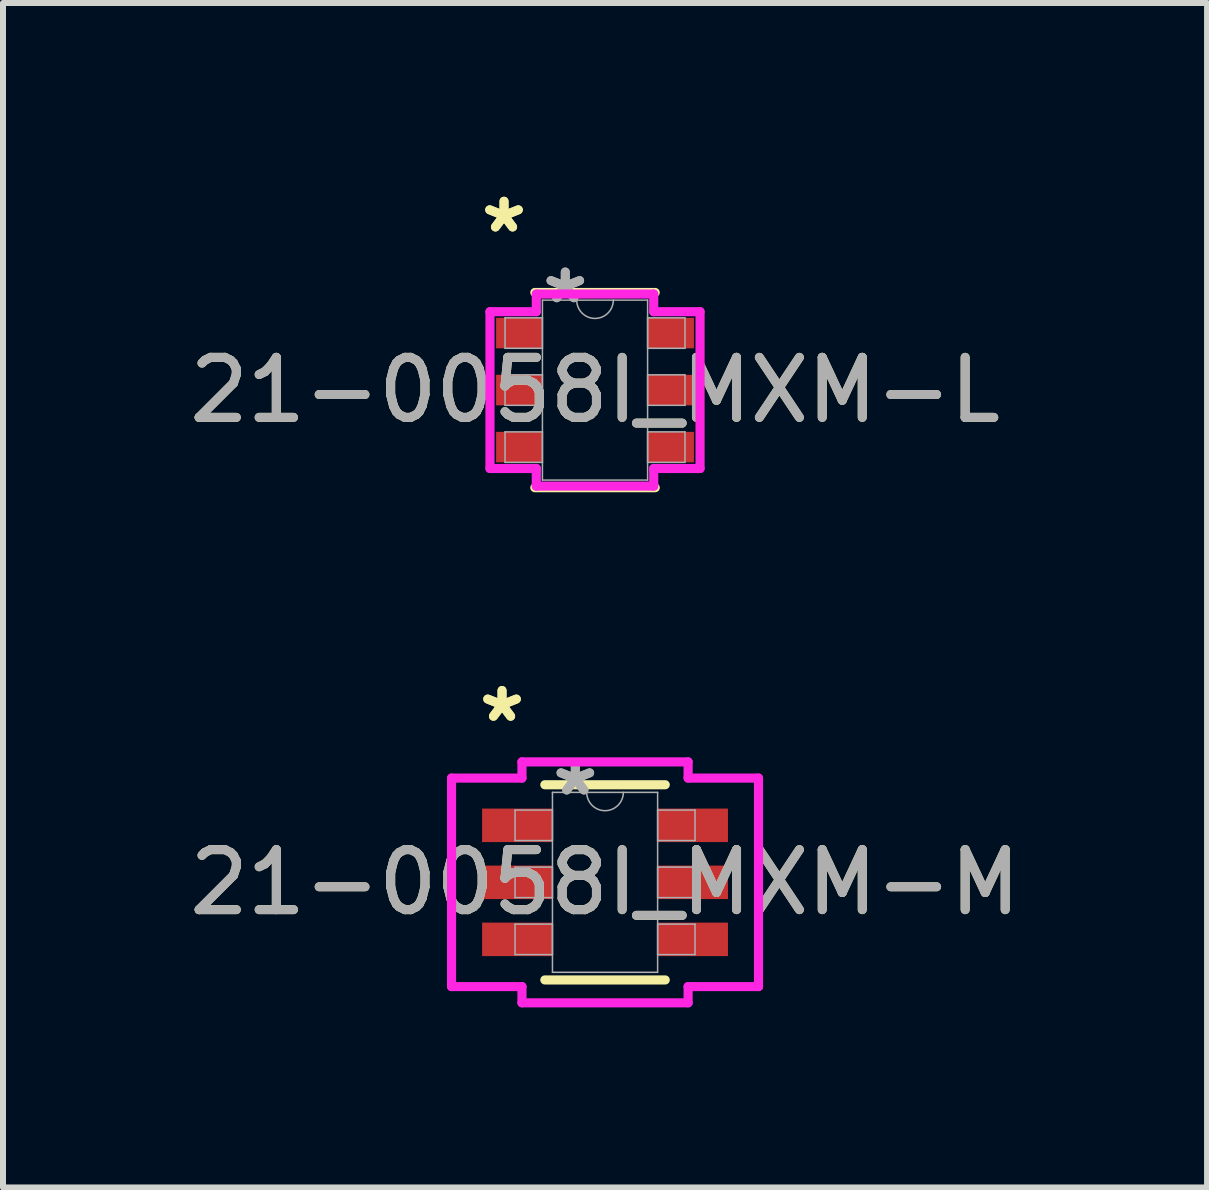
<source format=kicad_pcb>
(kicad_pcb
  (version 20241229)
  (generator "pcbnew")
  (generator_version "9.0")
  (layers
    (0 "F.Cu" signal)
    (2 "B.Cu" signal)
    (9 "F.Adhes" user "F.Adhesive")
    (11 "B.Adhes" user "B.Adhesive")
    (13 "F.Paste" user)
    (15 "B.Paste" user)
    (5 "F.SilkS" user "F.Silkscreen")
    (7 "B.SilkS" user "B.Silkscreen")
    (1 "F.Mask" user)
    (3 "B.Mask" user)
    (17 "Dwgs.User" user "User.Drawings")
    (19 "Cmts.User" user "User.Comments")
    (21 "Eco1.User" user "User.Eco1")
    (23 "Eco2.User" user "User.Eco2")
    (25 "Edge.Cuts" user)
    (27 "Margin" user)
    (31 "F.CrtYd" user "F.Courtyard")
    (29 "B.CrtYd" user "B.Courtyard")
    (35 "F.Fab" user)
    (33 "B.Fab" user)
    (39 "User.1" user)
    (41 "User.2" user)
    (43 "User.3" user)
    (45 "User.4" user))
  (footprint "21-0058I_MXM-L"
    (layer "F.Cu")
    (at 6.863 3.449)
    (property "Reference" "21-0058I_MXM-L" (at 0 0 0) (unlocked yes) (layer "F.SilkS") (effects (font (size 1 1) (thickness 0.15))))
    (attr smd)
    (fp_line (start -1.003 1.626) (end 1.003 1.626) (stroke (width 0.152) (type solid)) (layer "F.SilkS"))
    (fp_line (start 1.003 -1.626) (end -1.003 -1.626) (stroke (width 0.152) (type solid)) (layer "F.SilkS"))
    (fp_line (start -1.75 -1.306) (end -0.978 -1.306) (stroke (width 0.152) (type solid)) (layer "F.CrtYd"))
    (fp_line (start -1.75 1.306) (end -1.75 -1.306) (stroke (width 0.152) (type solid)) (layer "F.CrtYd"))
    (fp_line (start -1.75 1.306) (end -0.978 1.306) (stroke (width 0.152) (type solid)) (layer "F.CrtYd"))
    (fp_line (start -0.978 -1.6) (end 0.978 -1.6) (stroke (width 0.152) (type solid)) (layer "F.CrtYd"))
    (fp_line (start -0.978 -1.306) (end -0.978 -1.6) (stroke (width 0.152) (type solid)) (layer "F.CrtYd"))
    (fp_line (start -0.978 1.6) (end -0.978 1.306) (stroke (width 0.152) (type solid)) (layer "F.CrtYd"))
    (fp_line (start 0.978 -1.6) (end 0.978 -1.306) (stroke (width 0.152) (type solid)) (layer "F.CrtYd"))
    (fp_line (start 0.978 1.306) (end 0.978 1.6) (stroke (width 0.152) (type solid)) (layer "F.CrtYd"))
    (fp_line (start 0.978 1.6) (end -0.978 1.6) (stroke (width 0.152) (type solid)) (layer "F.CrtYd"))
    (fp_line (start 1.75 -1.306) (end 0.978 -1.306) (stroke (width 0.152) (type solid)) (layer "F.CrtYd"))
    (fp_line (start 1.75 -1.306) (end 1.75 1.306) (stroke (width 0.152) (type solid)) (layer "F.CrtYd"))
    (fp_line (start 1.75 1.306) (end 0.978 1.306) (stroke (width 0.152) (type solid)) (layer "F.CrtYd"))
    (fp_line (start -1.499 -1.204) (end -1.499 -0.696) (stroke (width 0.025) (type solid)) (layer "F.Fab"))
    (fp_line (start -1.499 -0.696) (end -0.876 -0.696) (stroke (width 0.025) (type solid)) (layer "F.Fab"))
    (fp_line (start -1.499 -0.254) (end -1.499 0.254) (stroke (width 0.025) (type solid)) (layer "F.Fab"))
    (fp_line (start -1.499 0.254) (end -0.876 0.254) (stroke (width 0.025) (type solid)) (layer "F.Fab"))
    (fp_line (start -1.499 0.696) (end -1.499 1.204) (stroke (width 0.025) (type solid)) (layer "F.Fab"))
    (fp_line (start -1.499 1.204) (end -0.876 1.204) (stroke (width 0.025) (type solid)) (layer "F.Fab"))
    (fp_line (start -0.876 -1.499) (end -0.876 1.499) (stroke (width 0.025) (type solid)) (layer "F.Fab"))
    (fp_line (start -0.876 -1.204) (end -1.499 -1.204) (stroke (width 0.025) (type solid)) (layer "F.Fab"))
    (fp_line (start -0.876 -0.696) (end -0.876 -1.204) (stroke (width 0.025) (type solid)) (layer "F.Fab"))
    (fp_line (start -0.876 -0.254) (end -1.499 -0.254) (stroke (width 0.025) (type solid)) (layer "F.Fab"))
    (fp_line (start -0.876 0.254) (end -0.876 -0.254) (stroke (width 0.025) (type solid)) (layer "F.Fab"))
    (fp_line (start -0.876 0.696) (end -1.499 0.696) (stroke (width 0.025) (type solid)) (layer "F.Fab"))
    (fp_line (start -0.876 1.204) (end -0.876 0.696) (stroke (width 0.025) (type solid)) (layer "F.Fab"))
    (fp_line (start -0.876 1.499) (end 0.876 1.499) (stroke (width 0.025) (type solid)) (layer "F.Fab"))
    (fp_line (start 0.876 -1.499) (end -0.876 -1.499) (stroke (width 0.025) (type solid)) (layer "F.Fab"))
    (fp_line (start 0.876 -1.204) (end 0.876 -0.696) (stroke (width 0.025) (type solid)) (layer "F.Fab"))
    (fp_line (start 0.876 -0.696) (end 1.499 -0.696) (stroke (width 0.025) (type solid)) (layer "F.Fab"))
    (fp_line (start 0.876 -0.254) (end 0.876 0.254) (stroke (width 0.025) (type solid)) (layer "F.Fab"))
    (fp_line (start 0.876 0.254) (end 1.499 0.254) (stroke (width 0.025) (type solid)) (layer "F.Fab"))
    (fp_line (start 0.876 0.696) (end 0.876 1.204) (stroke (width 0.025) (type solid)) (layer "F.Fab"))
    (fp_line (start 0.876 1.204) (end 1.499 1.204) (stroke (width 0.025) (type solid)) (layer "F.Fab"))
    (fp_line (start 0.876 1.499) (end 0.876 -1.499) (stroke (width 0.025) (type solid)) (layer "F.Fab"))
    (fp_line (start 1.499 -1.204) (end 0.876 -1.204) (stroke (width 0.025) (type solid)) (layer "F.Fab"))
    (fp_line (start 1.499 -0.696) (end 1.499 -1.204) (stroke (width 0.025) (type solid)) (layer "F.Fab"))
    (fp_line (start 1.499 -0.254) (end 0.876 -0.254) (stroke (width 0.025) (type solid)) (layer "F.Fab"))
    (fp_line (start 1.499 0.254) (end 1.499 -0.254) (stroke (width 0.025) (type solid)) (layer "F.Fab"))
    (fp_line (start 1.499 0.696) (end 0.876 0.696) (stroke (width 0.025) (type solid)) (layer "F.Fab"))
    (fp_line (start 1.499 1.204) (end 1.499 0.696) (stroke (width 0.025) (type solid)) (layer "F.Fab"))
    (fp_arc (start 0.3048 -1.4986) (mid 0 -1.1938) (end -0.3048 -1.4986) (stroke (width 0.0254) (type solid)) (layer "F.Fab"))
    (fp_text user "*" (at -1.516 -2.601 0) (unlocked yes) (layer "F.SilkS") (effects (font (size 1 1) (thickness 0.15))))
    (fp_text user "*" (at -1.516 -2.601 0) (layer "F.SilkS") (effects (font (size 1 1) (thickness 0.15))))
    (fp_text user "${REFERENCE}" (at 0 0 0) (unlocked yes) (layer "F.Fab") (effects (font (size 1 1) (thickness 0.15))))
    (fp_text user "*" (at -0.495 -1.422 0) (unlocked yes) (layer "F.Fab") (effects (font (size 1 1) (thickness 0.15))))
    (fp_text user "*" (at -0.495 -1.422 0) (layer "F.Fab") (effects (font (size 1 1) (thickness 0.15))))
    (pad "1" smd rect (at -1.262 -0.95) (size 0.772 0.508) (layers "F.Cu" "F.Mask" "F.Paste"))
    (pad "2" smd rect (at -1.262 0) (size 0.772 0.508) (layers "F.Cu" "F.Mask" "F.Paste"))
    (pad "3" smd rect (at -1.262 0.95) (size 0.772 0.508) (layers "F.Cu" "F.Mask" "F.Paste"))
    (pad "4" smd rect (at 1.262 0.95) (size 0.772 0.508) (layers "F.Cu" "F.Mask" "F.Paste"))
    (pad "5" smd rect (at 1.262 0) (size 0.772 0.508) (layers "F.Cu" "F.Mask" "F.Paste"))
    (pad "6" smd rect (at 1.262 -0.95) (size 0.772 0.508) (layers "F.Cu" "F.Mask" "F.Paste")))
  (footprint "21-0058I_MXM-M"
    (layer "F.Cu")
    (at 7.03 11.65)
    (property "Reference" "21-0058I_MXM-M" (at 0 0 0) (unlocked yes) (layer "F.SilkS") (effects (font (size 1 1) (thickness 0.15))))
    (attr smd)
    (fp_line (start -1.003 1.626) (end 1.003 1.626) (stroke (width 0.152) (type solid)) (layer "F.SilkS"))
    (fp_line (start 1.003 -1.626) (end -1.003 -1.626) (stroke (width 0.152) (type solid)) (layer "F.SilkS"))
    (fp_line (start -2.557 -1.737) (end -1.384 -1.737) (stroke (width 0.152) (type solid)) (layer "F.CrtYd"))
    (fp_line (start -2.557 1.737) (end -2.557 -1.737) (stroke (width 0.152) (type solid)) (layer "F.CrtYd"))
    (fp_line (start -2.557 1.737) (end -1.384 1.737) (stroke (width 0.152) (type solid)) (layer "F.CrtYd"))
    (fp_line (start -1.384 -2.007) (end 1.384 -2.007) (stroke (width 0.152) (type solid)) (layer "F.CrtYd"))
    (fp_line (start -1.384 -1.737) (end -1.384 -2.007) (stroke (width 0.152) (type solid)) (layer "F.CrtYd"))
    (fp_line (start -1.384 2.007) (end -1.384 1.737) (stroke (width 0.152) (type solid)) (layer "F.CrtYd"))
    (fp_line (start 1.384 -2.007) (end 1.384 -1.737) (stroke (width 0.152) (type solid)) (layer "F.CrtYd"))
    (fp_line (start 1.384 1.737) (end 1.384 2.007) (stroke (width 0.152) (type solid)) (layer "F.CrtYd"))
    (fp_line (start 1.384 2.007) (end -1.384 2.007) (stroke (width 0.152) (type solid)) (layer "F.CrtYd"))
    (fp_line (start 2.557 -1.737) (end 1.384 -1.737) (stroke (width 0.152) (type solid)) (layer "F.CrtYd"))
    (fp_line (start 2.557 -1.737) (end 2.557 1.737) (stroke (width 0.152) (type solid)) (layer "F.CrtYd"))
    (fp_line (start 2.557 1.737) (end 1.384 1.737) (stroke (width 0.152) (type solid)) (layer "F.CrtYd"))
    (fp_line (start -1.499 -1.204) (end -1.499 -0.696) (stroke (width 0.025) (type solid)) (layer "F.Fab"))
    (fp_line (start -1.499 -0.696) (end -0.876 -0.696) (stroke (width 0.025) (type solid)) (layer "F.Fab"))
    (fp_line (start -1.499 -0.254) (end -1.499 0.254) (stroke (width 0.025) (type solid)) (layer "F.Fab"))
    (fp_line (start -1.499 0.254) (end -0.876 0.254) (stroke (width 0.025) (type solid)) (layer "F.Fab"))
    (fp_line (start -1.499 0.696) (end -1.499 1.204) (stroke (width 0.025) (type solid)) (layer "F.Fab"))
    (fp_line (start -1.499 1.204) (end -0.876 1.204) (stroke (width 0.025) (type solid)) (layer "F.Fab"))
    (fp_line (start -0.876 -1.499) (end -0.876 1.499) (stroke (width 0.025) (type solid)) (layer "F.Fab"))
    (fp_line (start -0.876 -1.204) (end -1.499 -1.204) (stroke (width 0.025) (type solid)) (layer "F.Fab"))
    (fp_line (start -0.876 -0.696) (end -0.876 -1.204) (stroke (width 0.025) (type solid)) (layer "F.Fab"))
    (fp_line (start -0.876 -0.254) (end -1.499 -0.254) (stroke (width 0.025) (type solid)) (layer "F.Fab"))
    (fp_line (start -0.876 0.254) (end -0.876 -0.254) (stroke (width 0.025) (type solid)) (layer "F.Fab"))
    (fp_line (start -0.876 0.696) (end -1.499 0.696) (stroke (width 0.025) (type solid)) (layer "F.Fab"))
    (fp_line (start -0.876 1.204) (end -0.876 0.696) (stroke (width 0.025) (type solid)) (layer "F.Fab"))
    (fp_line (start -0.876 1.499) (end 0.876 1.499) (stroke (width 0.025) (type solid)) (layer "F.Fab"))
    (fp_line (start 0.876 -1.499) (end -0.876 -1.499) (stroke (width 0.025) (type solid)) (layer "F.Fab"))
    (fp_line (start 0.876 -1.204) (end 0.876 -0.696) (stroke (width 0.025) (type solid)) (layer "F.Fab"))
    (fp_line (start 0.876 -0.696) (end 1.499 -0.696) (stroke (width 0.025) (type solid)) (layer "F.Fab"))
    (fp_line (start 0.876 -0.254) (end 0.876 0.254) (stroke (width 0.025) (type solid)) (layer "F.Fab"))
    (fp_line (start 0.876 0.254) (end 1.499 0.254) (stroke (width 0.025) (type solid)) (layer "F.Fab"))
    (fp_line (start 0.876 0.696) (end 0.876 1.204) (stroke (width 0.025) (type solid)) (layer "F.Fab"))
    (fp_line (start 0.876 1.204) (end 1.499 1.204) (stroke (width 0.025) (type solid)) (layer "F.Fab"))
    (fp_line (start 0.876 1.499) (end 0.876 -1.499) (stroke (width 0.025) (type solid)) (layer "F.Fab"))
    (fp_line (start 1.499 -1.204) (end 0.876 -1.204) (stroke (width 0.025) (type solid)) (layer "F.Fab"))
    (fp_line (start 1.499 -0.696) (end 1.499 -1.204) (stroke (width 0.025) (type solid)) (layer "F.Fab"))
    (fp_line (start 1.499 -0.254) (end 0.876 -0.254) (stroke (width 0.025) (type solid)) (layer "F.Fab"))
    (fp_line (start 1.499 0.254) (end 1.499 -0.254) (stroke (width 0.025) (type solid)) (layer "F.Fab"))
    (fp_line (start 1.499 0.696) (end 0.876 0.696) (stroke (width 0.025) (type solid)) (layer "F.Fab"))
    (fp_line (start 1.499 1.204) (end 1.499 0.696) (stroke (width 0.025) (type solid)) (layer "F.Fab"))
    (fp_arc (start 0.3048 -1.4986) (mid 0 -1.1938) (end -0.3048 -1.4986) (stroke (width 0.0254) (type solid)) (layer "F.Fab"))
    (fp_text user "*" (at -1.716 -2.651 0) (unlocked yes) (layer "F.SilkS") (effects (font (size 1 1) (thickness 0.15))))
    (fp_text user "*" (at -1.716 -2.651 0) (layer "F.SilkS") (effects (font (size 1 1) (thickness 0.15))))
    (fp_text user "${REFERENCE}" (at 0 0 0) (unlocked yes) (layer "F.Fab") (effects (font (size 1 1) (thickness 0.15))))
    (fp_text user "*" (at -0.495 -1.422 0) (layer "F.Fab") (effects (font (size 1 1) (thickness 0.15))))
    (fp_text user "*" (at -0.495 -1.422 0) (unlocked yes) (layer "F.Fab") (effects (font (size 1 1) (thickness 0.15))))
    (pad "1" smd rect (at -1.462 -0.95) (size 1.172 0.558) (layers "F.Cu" "F.Mask" "F.Paste"))
    (pad "2" smd rect (at -1.462 0) (size 1.172 0.558) (layers "F.Cu" "F.Mask" "F.Paste"))
    (pad "3" smd rect (at -1.462 0.95) (size 1.172 0.558) (layers "F.Cu" "F.Mask" "F.Paste"))
    (pad "4" smd rect (at 1.462 0.95) (size 1.172 0.558) (layers "F.Cu" "F.Mask" "F.Paste"))
    (pad "5" smd rect (at 1.462 0) (size 1.172 0.558) (layers "F.Cu" "F.Mask" "F.Paste"))
    (pad "6" smd rect (at 1.462 -0.95) (size 1.172 0.558) (layers "F.Cu" "F.Mask" "F.Paste")))
  (gr_rect
    (start -3 -3)
    (end 17.06 16.733)
    (stroke (width 0.1) (type default))
    (fill no)
    (layer "Edge.Cuts")))
</source>
